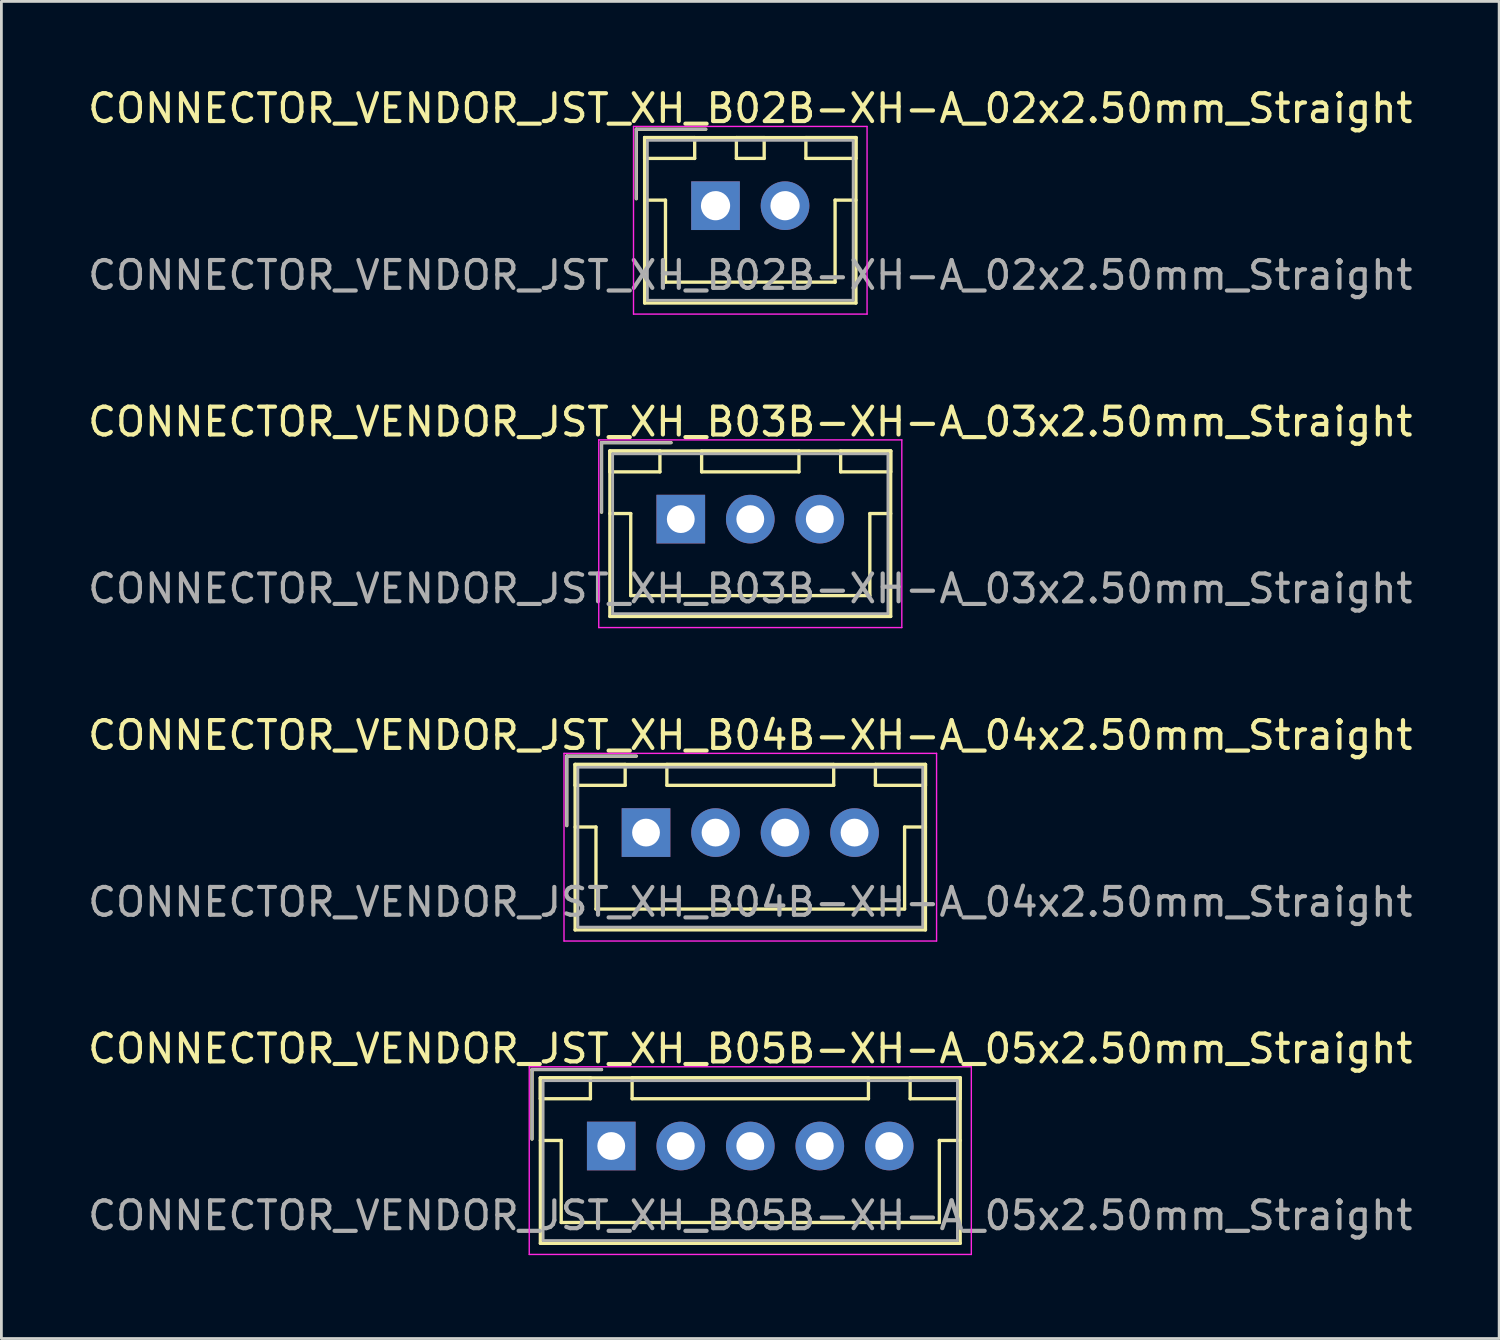
<source format=kicad_pcb>
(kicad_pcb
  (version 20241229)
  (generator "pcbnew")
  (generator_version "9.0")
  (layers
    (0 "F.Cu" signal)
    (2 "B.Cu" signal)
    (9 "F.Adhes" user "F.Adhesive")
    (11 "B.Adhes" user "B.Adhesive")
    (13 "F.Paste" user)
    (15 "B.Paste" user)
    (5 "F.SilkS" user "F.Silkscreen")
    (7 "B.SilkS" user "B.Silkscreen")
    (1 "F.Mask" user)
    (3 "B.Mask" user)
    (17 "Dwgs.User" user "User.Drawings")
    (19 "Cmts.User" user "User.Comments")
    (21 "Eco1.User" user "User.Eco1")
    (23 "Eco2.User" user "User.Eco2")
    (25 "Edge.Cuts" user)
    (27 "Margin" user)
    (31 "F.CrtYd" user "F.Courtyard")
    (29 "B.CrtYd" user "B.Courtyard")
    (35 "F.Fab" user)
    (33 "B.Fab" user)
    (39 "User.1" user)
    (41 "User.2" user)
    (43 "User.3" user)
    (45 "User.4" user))
  (footprint "CONNECTOR_VENDOR_JST_XH_B05B-XH-A_05x2.50mm_Straight"
    (layer "F.Cu")
    (at 18.935 38.168)
    (property "Reference" "CONNECTOR_VENDOR_JST_XH_B05B-XH-A_05x2.50mm_Straight" (at 5 -3.5 0) (layer "F.SilkS") (effects (font (size 1 1) (thickness 0.15))))
    (attr through_hole)
    (fp_line (start -2.85 -2.75) (end -2.85 -0.25) (stroke (width 0.12) (type solid)) (layer "F.SilkS"))
    (fp_line (start -2.55 -2.45) (end -2.55 -1.7) (stroke (width 0.12) (type solid)) (layer "F.SilkS"))
    (fp_line (start -2.55 -2.45) (end -2.55 3.5) (stroke (width 0.12) (type solid)) (layer "F.SilkS"))
    (fp_line (start -2.55 -1.7) (end -0.75 -1.7) (stroke (width 0.12) (type solid)) (layer "F.SilkS"))
    (fp_line (start -2.55 -0.2) (end -1.8 -0.2) (stroke (width 0.12) (type solid)) (layer "F.SilkS"))
    (fp_line (start -2.55 3.5) (end 12.55 3.5) (stroke (width 0.12) (type solid)) (layer "F.SilkS"))
    (fp_line (start -1.8 -0.2) (end -1.8 2.75) (stroke (width 0.12) (type solid)) (layer "F.SilkS"))
    (fp_line (start -1.8 2.75) (end 5 2.75) (stroke (width 0.12) (type solid)) (layer "F.SilkS"))
    (fp_line (start -0.75 -2.45) (end -2.55 -2.45) (stroke (width 0.12) (type solid)) (layer "F.SilkS"))
    (fp_line (start -0.75 -1.7) (end -0.75 -2.45) (stroke (width 0.12) (type solid)) (layer "F.SilkS"))
    (fp_line (start -0.35 -2.75) (end -2.85 -2.75) (stroke (width 0.12) (type solid)) (layer "F.SilkS"))
    (fp_line (start 0.75 -2.45) (end 0.75 -1.7) (stroke (width 0.12) (type solid)) (layer "F.SilkS"))
    (fp_line (start 0.75 -1.7) (end 9.25 -1.7) (stroke (width 0.12) (type solid)) (layer "F.SilkS"))
    (fp_line (start 9.25 -2.45) (end 0.75 -2.45) (stroke (width 0.12) (type solid)) (layer "F.SilkS"))
    (fp_line (start 9.25 -1.7) (end 9.25 -2.45) (stroke (width 0.12) (type solid)) (layer "F.SilkS"))
    (fp_line (start 10.75 -2.45) (end 10.75 -1.7) (stroke (width 0.12) (type solid)) (layer "F.SilkS"))
    (fp_line (start 10.75 -1.7) (end 12.55 -1.7) (stroke (width 0.12) (type solid)) (layer "F.SilkS"))
    (fp_line (start 11.8 -0.2) (end 11.8 2.75) (stroke (width 0.12) (type solid)) (layer "F.SilkS"))
    (fp_line (start 11.8 2.75) (end 5 2.75) (stroke (width 0.12) (type solid)) (layer "F.SilkS"))
    (fp_line (start 12.55 -2.45) (end -2.55 -2.45) (stroke (width 0.12) (type solid)) (layer "F.SilkS"))
    (fp_line (start 12.55 -2.45) (end 10.75 -2.45) (stroke (width 0.12) (type solid)) (layer "F.SilkS"))
    (fp_line (start 12.55 -1.7) (end 12.55 -2.45) (stroke (width 0.12) (type solid)) (layer "F.SilkS"))
    (fp_line (start 12.55 -0.2) (end 11.8 -0.2) (stroke (width 0.12) (type solid)) (layer "F.SilkS"))
    (fp_line (start 12.55 3.5) (end 12.55 -2.45) (stroke (width 0.12) (type solid)) (layer "F.SilkS"))
    (fp_line (start -2.95 -2.85) (end -2.95 3.9) (stroke (width 0.05) (type solid)) (layer "F.CrtYd"))
    (fp_line (start -2.95 3.9) (end 12.95 3.9) (stroke (width 0.05) (type solid)) (layer "F.CrtYd"))
    (fp_line (start 12.95 -2.85) (end -2.95 -2.85) (stroke (width 0.05) (type solid)) (layer "F.CrtYd"))
    (fp_line (start 12.95 3.9) (end 12.95 -2.85) (stroke (width 0.05) (type solid)) (layer "F.CrtYd"))
    (fp_line (start -2.85 -2.75) (end -2.85 -0.25) (stroke (width 0.1) (type solid)) (layer "F.Fab"))
    (fp_line (start -2.45 -2.35) (end -2.45 3.4) (stroke (width 0.1) (type solid)) (layer "F.Fab"))
    (fp_line (start -2.45 3.4) (end 12.45 3.4) (stroke (width 0.1) (type solid)) (layer "F.Fab"))
    (fp_line (start -0.35 -2.75) (end -2.85 -2.75) (stroke (width 0.1) (type solid)) (layer "F.Fab"))
    (fp_line (start 12.45 -2.35) (end -2.45 -2.35) (stroke (width 0.1) (type solid)) (layer "F.Fab"))
    (fp_line (start 12.45 3.4) (end 12.45 -2.35) (stroke (width 0.1) (type solid)) (layer "F.Fab"))
    (fp_text user "${REFERENCE}" (at 5 2.5 0) (layer "F.Fab") (effects (font (size 1 1) (thickness 0.15))))
    (pad "1" thru_hole rect (at 0 0) (size 1.75 1.75) (drill 1) (layers "*.Cu" "*.Mask"))
    (pad "2" thru_hole circle (at 2.5 0) (size 1.75 1.75) (drill 1) (layers "*.Cu" "*.Mask"))
    (pad "3" thru_hole circle (at 5 0) (size 1.75 1.75) (drill 1) (layers "*.Cu" "*.Mask"))
    (pad "4" thru_hole circle (at 7.5 0) (size 1.75 1.75) (drill 1) (layers "*.Cu" "*.Mask"))
    (pad "5" thru_hole circle (at 10 0) (size 1.75 1.75) (drill 1) (layers "*.Cu" "*.Mask")))
  (footprint "CONNECTOR_VENDOR_JST_XH_B03B-XH-A_03x2.50mm_Straight"
    (layer "F.Cu")
    (at 21.435 15.621)
    (property "Reference" "CONNECTOR_VENDOR_JST_XH_B03B-XH-A_03x2.50mm_Straight" (at 2.5 -3.5 0) (layer "F.SilkS") (effects (font (size 1 1) (thickness 0.15))))
    (attr through_hole)
    (fp_line (start -2.85 -2.75) (end -2.85 -0.25) (stroke (width 0.12) (type solid)) (layer "F.SilkS"))
    (fp_line (start -2.55 -2.45) (end -2.55 -1.7) (stroke (width 0.12) (type solid)) (layer "F.SilkS"))
    (fp_line (start -2.55 -2.45) (end -2.55 3.5) (stroke (width 0.12) (type solid)) (layer "F.SilkS"))
    (fp_line (start -2.55 -1.7) (end -0.75 -1.7) (stroke (width 0.12) (type solid)) (layer "F.SilkS"))
    (fp_line (start -2.55 -0.2) (end -1.8 -0.2) (stroke (width 0.12) (type solid)) (layer "F.SilkS"))
    (fp_line (start -2.55 3.5) (end 7.55 3.5) (stroke (width 0.12) (type solid)) (layer "F.SilkS"))
    (fp_line (start -1.8 -0.2) (end -1.8 2.75) (stroke (width 0.12) (type solid)) (layer "F.SilkS"))
    (fp_line (start -1.8 2.75) (end 2.5 2.75) (stroke (width 0.12) (type solid)) (layer "F.SilkS"))
    (fp_line (start -0.75 -2.45) (end -2.55 -2.45) (stroke (width 0.12) (type solid)) (layer "F.SilkS"))
    (fp_line (start -0.75 -1.7) (end -0.75 -2.45) (stroke (width 0.12) (type solid)) (layer "F.SilkS"))
    (fp_line (start -0.35 -2.75) (end -2.85 -2.75) (stroke (width 0.12) (type solid)) (layer "F.SilkS"))
    (fp_line (start 0.75 -2.45) (end 0.75 -1.7) (stroke (width 0.12) (type solid)) (layer "F.SilkS"))
    (fp_line (start 0.75 -1.7) (end 4.25 -1.7) (stroke (width 0.12) (type solid)) (layer "F.SilkS"))
    (fp_line (start 4.25 -2.45) (end 0.75 -2.45) (stroke (width 0.12) (type solid)) (layer "F.SilkS"))
    (fp_line (start 4.25 -1.7) (end 4.25 -2.45) (stroke (width 0.12) (type solid)) (layer "F.SilkS"))
    (fp_line (start 5.75 -2.45) (end 5.75 -1.7) (stroke (width 0.12) (type solid)) (layer "F.SilkS"))
    (fp_line (start 5.75 -1.7) (end 7.55 -1.7) (stroke (width 0.12) (type solid)) (layer "F.SilkS"))
    (fp_line (start 6.8 -0.2) (end 6.8 2.75) (stroke (width 0.12) (type solid)) (layer "F.SilkS"))
    (fp_line (start 6.8 2.75) (end 2.5 2.75) (stroke (width 0.12) (type solid)) (layer "F.SilkS"))
    (fp_line (start 7.55 -2.45) (end -2.55 -2.45) (stroke (width 0.12) (type solid)) (layer "F.SilkS"))
    (fp_line (start 7.55 -2.45) (end 5.75 -2.45) (stroke (width 0.12) (type solid)) (layer "F.SilkS"))
    (fp_line (start 7.55 -1.7) (end 7.55 -2.45) (stroke (width 0.12) (type solid)) (layer "F.SilkS"))
    (fp_line (start 7.55 -0.2) (end 6.8 -0.2) (stroke (width 0.12) (type solid)) (layer "F.SilkS"))
    (fp_line (start 7.55 3.5) (end 7.55 -2.45) (stroke (width 0.12) (type solid)) (layer "F.SilkS"))
    (fp_line (start -2.95 -2.85) (end -2.95 3.9) (stroke (width 0.05) (type solid)) (layer "F.CrtYd"))
    (fp_line (start -2.95 3.9) (end 7.95 3.9) (stroke (width 0.05) (type solid)) (layer "F.CrtYd"))
    (fp_line (start 7.95 -2.85) (end -2.95 -2.85) (stroke (width 0.05) (type solid)) (layer "F.CrtYd"))
    (fp_line (start 7.95 3.9) (end 7.95 -2.85) (stroke (width 0.05) (type solid)) (layer "F.CrtYd"))
    (fp_line (start -2.85 -2.75) (end -2.85 -0.25) (stroke (width 0.1) (type solid)) (layer "F.Fab"))
    (fp_line (start -2.45 -2.35) (end -2.45 3.4) (stroke (width 0.1) (type solid)) (layer "F.Fab"))
    (fp_line (start -2.45 3.4) (end 7.45 3.4) (stroke (width 0.1) (type solid)) (layer "F.Fab"))
    (fp_line (start -0.35 -2.75) (end -2.85 -2.75) (stroke (width 0.1) (type solid)) (layer "F.Fab"))
    (fp_line (start 7.45 -2.35) (end -2.45 -2.35) (stroke (width 0.1) (type solid)) (layer "F.Fab"))
    (fp_line (start 7.45 3.4) (end 7.45 -2.35) (stroke (width 0.1) (type solid)) (layer "F.Fab"))
    (fp_text user "${REFERENCE}" (at 2.5 2.5 0) (layer "F.Fab") (effects (font (size 1 1) (thickness 0.15))))
    (pad "1" thru_hole rect (at 0 0) (size 1.75 1.75) (drill 1) (layers "*.Cu" "*.Mask"))
    (pad "2" thru_hole circle (at 2.5 0) (size 1.75 1.75) (drill 1) (layers "*.Cu" "*.Mask"))
    (pad "3" thru_hole circle (at 5 0) (size 1.75 1.75) (drill 1) (layers "*.Cu" "*.Mask")))
  (footprint "CONNECTOR_VENDOR_JST_XH_B04B-XH-A_04x2.50mm_Straight"
    (layer "F.Cu")
    (at 20.185 26.895)
    (property "Reference" "CONNECTOR_VENDOR_JST_XH_B04B-XH-A_04x2.50mm_Straight" (at 3.75 -3.5 0) (layer "F.SilkS") (effects (font (size 1 1) (thickness 0.15))))
    (attr through_hole)
    (fp_line (start -2.85 -2.75) (end -2.85 -0.25) (stroke (width 0.12) (type solid)) (layer "F.SilkS"))
    (fp_line (start -2.55 -2.45) (end -2.55 -1.7) (stroke (width 0.12) (type solid)) (layer "F.SilkS"))
    (fp_line (start -2.55 -2.45) (end -2.55 3.5) (stroke (width 0.12) (type solid)) (layer "F.SilkS"))
    (fp_line (start -2.55 -1.7) (end -0.75 -1.7) (stroke (width 0.12) (type solid)) (layer "F.SilkS"))
    (fp_line (start -2.55 -0.2) (end -1.8 -0.2) (stroke (width 0.12) (type solid)) (layer "F.SilkS"))
    (fp_line (start -2.55 3.5) (end 10.05 3.5) (stroke (width 0.12) (type solid)) (layer "F.SilkS"))
    (fp_line (start -1.8 -0.2) (end -1.8 2.75) (stroke (width 0.12) (type solid)) (layer "F.SilkS"))
    (fp_line (start -1.8 2.75) (end 3.75 2.75) (stroke (width 0.12) (type solid)) (layer "F.SilkS"))
    (fp_line (start -0.75 -2.45) (end -2.55 -2.45) (stroke (width 0.12) (type solid)) (layer "F.SilkS"))
    (fp_line (start -0.75 -1.7) (end -0.75 -2.45) (stroke (width 0.12) (type solid)) (layer "F.SilkS"))
    (fp_line (start -0.35 -2.75) (end -2.85 -2.75) (stroke (width 0.12) (type solid)) (layer "F.SilkS"))
    (fp_line (start 0.75 -2.45) (end 0.75 -1.7) (stroke (width 0.12) (type solid)) (layer "F.SilkS"))
    (fp_line (start 0.75 -1.7) (end 6.75 -1.7) (stroke (width 0.12) (type solid)) (layer "F.SilkS"))
    (fp_line (start 6.75 -2.45) (end 0.75 -2.45) (stroke (width 0.12) (type solid)) (layer "F.SilkS"))
    (fp_line (start 6.75 -1.7) (end 6.75 -2.45) (stroke (width 0.12) (type solid)) (layer "F.SilkS"))
    (fp_line (start 8.25 -2.45) (end 8.25 -1.7) (stroke (width 0.12) (type solid)) (layer "F.SilkS"))
    (fp_line (start 8.25 -1.7) (end 10.05 -1.7) (stroke (width 0.12) (type solid)) (layer "F.SilkS"))
    (fp_line (start 9.3 -0.2) (end 9.3 2.75) (stroke (width 0.12) (type solid)) (layer "F.SilkS"))
    (fp_line (start 9.3 2.75) (end 3.75 2.75) (stroke (width 0.12) (type solid)) (layer "F.SilkS"))
    (fp_line (start 10.05 -2.45) (end -2.55 -2.45) (stroke (width 0.12) (type solid)) (layer "F.SilkS"))
    (fp_line (start 10.05 -2.45) (end 8.25 -2.45) (stroke (width 0.12) (type solid)) (layer "F.SilkS"))
    (fp_line (start 10.05 -1.7) (end 10.05 -2.45) (stroke (width 0.12) (type solid)) (layer "F.SilkS"))
    (fp_line (start 10.05 -0.2) (end 9.3 -0.2) (stroke (width 0.12) (type solid)) (layer "F.SilkS"))
    (fp_line (start 10.05 3.5) (end 10.05 -2.45) (stroke (width 0.12) (type solid)) (layer "F.SilkS"))
    (fp_line (start -2.95 -2.85) (end -2.95 3.9) (stroke (width 0.05) (type solid)) (layer "F.CrtYd"))
    (fp_line (start -2.95 3.9) (end 10.45 3.9) (stroke (width 0.05) (type solid)) (layer "F.CrtYd"))
    (fp_line (start 10.45 -2.85) (end -2.95 -2.85) (stroke (width 0.05) (type solid)) (layer "F.CrtYd"))
    (fp_line (start 10.45 3.9) (end 10.45 -2.85) (stroke (width 0.05) (type solid)) (layer "F.CrtYd"))
    (fp_line (start -2.85 -2.75) (end -2.85 -0.25) (stroke (width 0.1) (type solid)) (layer "F.Fab"))
    (fp_line (start -2.45 -2.35) (end -2.45 3.4) (stroke (width 0.1) (type solid)) (layer "F.Fab"))
    (fp_line (start -2.45 3.4) (end 9.95 3.4) (stroke (width 0.1) (type solid)) (layer "F.Fab"))
    (fp_line (start -0.35 -2.75) (end -2.85 -2.75) (stroke (width 0.1) (type solid)) (layer "F.Fab"))
    (fp_line (start 9.95 -2.35) (end -2.45 -2.35) (stroke (width 0.1) (type solid)) (layer "F.Fab"))
    (fp_line (start 9.95 3.4) (end 9.95 -2.35) (stroke (width 0.1) (type solid)) (layer "F.Fab"))
    (fp_text user "${REFERENCE}" (at 3.75 2.5 0) (layer "F.Fab") (effects (font (size 1 1) (thickness 0.15))))
    (pad "1" thru_hole rect (at 0 0) (size 1.75 1.75) (drill 1) (layers "*.Cu" "*.Mask"))
    (pad "2" thru_hole circle (at 2.5 0) (size 1.75 1.75) (drill 1) (layers "*.Cu" "*.Mask"))
    (pad "3" thru_hole circle (at 5 0) (size 1.75 1.75) (drill 1) (layers "*.Cu" "*.Mask"))
    (pad "4" thru_hole circle (at 7.5 0) (size 1.75 1.75) (drill 1) (layers "*.Cu" "*.Mask")))
  (footprint "CONNECTOR_VENDOR_JST_XH_B02B-XH-A_02x2.50mm_Straight"
    (layer "F.Cu")
    (at 22.685 4.348)
    (property "Reference" "CONNECTOR_VENDOR_JST_XH_B02B-XH-A_02x2.50mm_Straight" (at 1.25 -3.5 0) (layer "F.SilkS") (effects (font (size 1 1) (thickness 0.15))))
    (attr through_hole)
    (fp_line (start -2.85 -2.75) (end -2.85 -0.25) (stroke (width 0.12) (type solid)) (layer "F.SilkS"))
    (fp_line (start -2.55 -2.45) (end -2.55 -1.7) (stroke (width 0.12) (type solid)) (layer "F.SilkS"))
    (fp_line (start -2.55 -2.45) (end -2.55 3.5) (stroke (width 0.12) (type solid)) (layer "F.SilkS"))
    (fp_line (start -2.55 -1.7) (end -0.75 -1.7) (stroke (width 0.12) (type solid)) (layer "F.SilkS"))
    (fp_line (start -2.55 -0.2) (end -1.8 -0.2) (stroke (width 0.12) (type solid)) (layer "F.SilkS"))
    (fp_line (start -2.55 3.5) (end 5.05 3.5) (stroke (width 0.12) (type solid)) (layer "F.SilkS"))
    (fp_line (start -1.8 -0.2) (end -1.8 2.75) (stroke (width 0.12) (type solid)) (layer "F.SilkS"))
    (fp_line (start -1.8 2.75) (end 1.25 2.75) (stroke (width 0.12) (type solid)) (layer "F.SilkS"))
    (fp_line (start -0.75 -2.45) (end -2.55 -2.45) (stroke (width 0.12) (type solid)) (layer "F.SilkS"))
    (fp_line (start -0.75 -1.7) (end -0.75 -2.45) (stroke (width 0.12) (type solid)) (layer "F.SilkS"))
    (fp_line (start -0.35 -2.75) (end -2.85 -2.75) (stroke (width 0.12) (type solid)) (layer "F.SilkS"))
    (fp_line (start 0.75 -2.45) (end 0.75 -1.7) (stroke (width 0.12) (type solid)) (layer "F.SilkS"))
    (fp_line (start 0.75 -1.7) (end 1.75 -1.7) (stroke (width 0.12) (type solid)) (layer "F.SilkS"))
    (fp_line (start 1.75 -2.45) (end 0.75 -2.45) (stroke (width 0.12) (type solid)) (layer "F.SilkS"))
    (fp_line (start 1.75 -1.7) (end 1.75 -2.45) (stroke (width 0.12) (type solid)) (layer "F.SilkS"))
    (fp_line (start 3.25 -2.45) (end 3.25 -1.7) (stroke (width 0.12) (type solid)) (layer "F.SilkS"))
    (fp_line (start 3.25 -1.7) (end 5.05 -1.7) (stroke (width 0.12) (type solid)) (layer "F.SilkS"))
    (fp_line (start 4.3 -0.2) (end 4.3 2.75) (stroke (width 0.12) (type solid)) (layer "F.SilkS"))
    (fp_line (start 4.3 2.75) (end 1.25 2.75) (stroke (width 0.12) (type solid)) (layer "F.SilkS"))
    (fp_line (start 5.05 -2.45) (end -2.55 -2.45) (stroke (width 0.12) (type solid)) (layer "F.SilkS"))
    (fp_line (start 5.05 -2.45) (end 3.25 -2.45) (stroke (width 0.12) (type solid)) (layer "F.SilkS"))
    (fp_line (start 5.05 -1.7) (end 5.05 -2.45) (stroke (width 0.12) (type solid)) (layer "F.SilkS"))
    (fp_line (start 5.05 -0.2) (end 4.3 -0.2) (stroke (width 0.12) (type solid)) (layer "F.SilkS"))
    (fp_line (start 5.05 3.5) (end 5.05 -2.45) (stroke (width 0.12) (type solid)) (layer "F.SilkS"))
    (fp_line (start -2.95 -2.85) (end -2.95 3.9) (stroke (width 0.05) (type solid)) (layer "F.CrtYd"))
    (fp_line (start -2.95 3.9) (end 5.45 3.9) (stroke (width 0.05) (type solid)) (layer "F.CrtYd"))
    (fp_line (start 5.45 -2.85) (end -2.95 -2.85) (stroke (width 0.05) (type solid)) (layer "F.CrtYd"))
    (fp_line (start 5.45 3.9) (end 5.45 -2.85) (stroke (width 0.05) (type solid)) (layer "F.CrtYd"))
    (fp_line (start -2.85 -2.75) (end -2.85 -0.25) (stroke (width 0.1) (type solid)) (layer "F.Fab"))
    (fp_line (start -2.45 -2.35) (end -2.45 3.4) (stroke (width 0.1) (type solid)) (layer "F.Fab"))
    (fp_line (start -2.45 3.4) (end 4.95 3.4) (stroke (width 0.1) (type solid)) (layer "F.Fab"))
    (fp_line (start -0.35 -2.75) (end -2.85 -2.75) (stroke (width 0.1) (type solid)) (layer "F.Fab"))
    (fp_line (start 4.95 -2.35) (end -2.45 -2.35) (stroke (width 0.1) (type solid)) (layer "F.Fab"))
    (fp_line (start 4.95 3.4) (end 4.95 -2.35) (stroke (width 0.1) (type solid)) (layer "F.Fab"))
    (fp_text user "${REFERENCE}" (at 1.25 2.5 0) (layer "F.Fab") (effects (font (size 1 1) (thickness 0.15))))
    (pad "1" thru_hole rect (at 0 0) (size 1.75 1.75) (drill 1.05) (layers "*.Cu" "*.Mask"))
    (pad "2" thru_hole circle (at 2.5 0) (size 1.75 1.75) (drill 1.05) (layers "*.Cu" "*.Mask")))
  (gr_rect
    (start -3 -3)
    (end 50.869 45.093)
    (stroke (width 0.1) (type default))
    (fill no)
    (layer "Edge.Cuts")))
</source>
